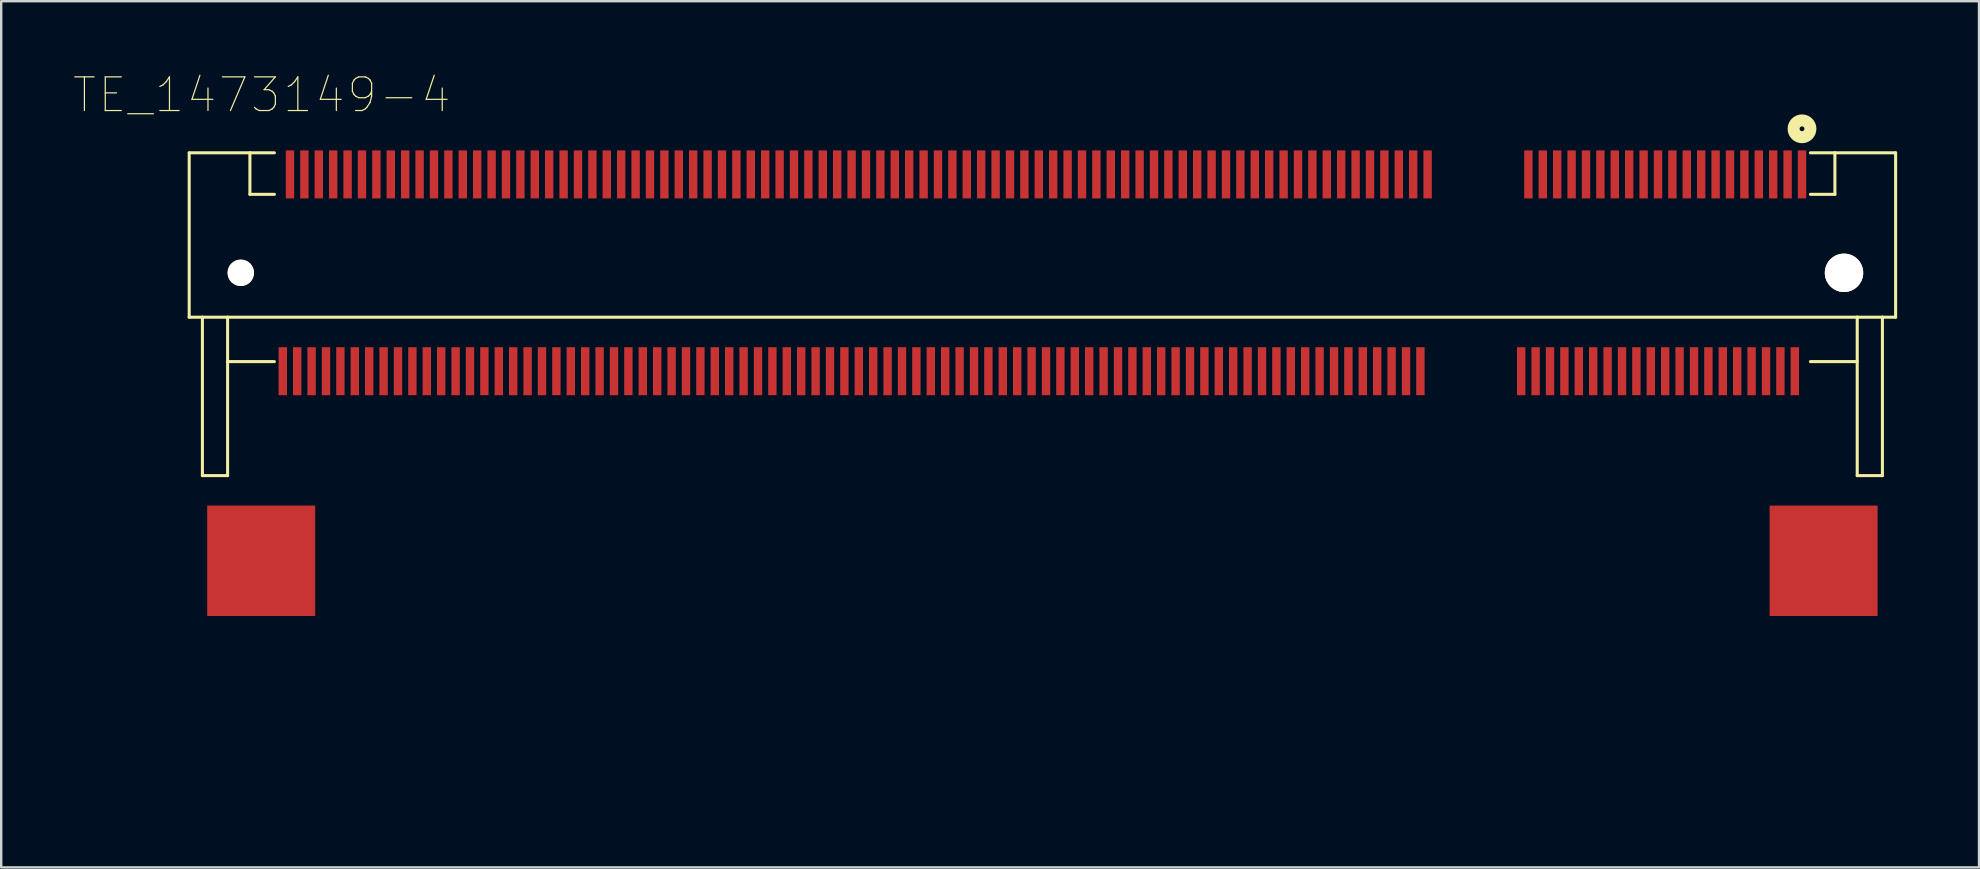
<source format=kicad_pcb>
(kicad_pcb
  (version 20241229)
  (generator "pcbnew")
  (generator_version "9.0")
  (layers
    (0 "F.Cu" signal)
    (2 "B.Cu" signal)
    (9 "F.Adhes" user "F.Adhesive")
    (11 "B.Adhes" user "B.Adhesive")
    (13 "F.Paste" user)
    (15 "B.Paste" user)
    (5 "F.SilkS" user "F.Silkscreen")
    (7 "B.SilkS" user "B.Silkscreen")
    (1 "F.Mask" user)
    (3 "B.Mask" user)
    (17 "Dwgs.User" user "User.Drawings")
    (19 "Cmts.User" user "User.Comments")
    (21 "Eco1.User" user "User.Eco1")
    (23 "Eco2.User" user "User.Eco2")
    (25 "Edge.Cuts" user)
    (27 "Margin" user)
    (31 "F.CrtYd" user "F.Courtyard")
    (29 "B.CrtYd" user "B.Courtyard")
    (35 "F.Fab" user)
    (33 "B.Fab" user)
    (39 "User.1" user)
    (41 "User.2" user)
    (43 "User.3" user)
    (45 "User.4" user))
  (footprint "TE_1473149-4"
    (layer "F.Cu")
    (at 40.383 8.317)
    (property "Reference" "TE_1473149-4" (at -32.528 -7.408 0) (layer "F.SilkS") (effects (font (size 1.404 1.404) (thickness 0.05))))
    (attr smd)
    (fp_line (start -35.55 -5) (end -35.55 1.85) (stroke (width 0.127) (type solid)) (layer "F.SilkS"))
    (fp_line (start -35.55 -5) (end -33.02 -5) (stroke (width 0.127) (type solid)) (layer "F.SilkS"))
    (fp_line (start -35.55 1.85) (end -35 1.85) (stroke (width 0.127) (type solid)) (layer "F.SilkS"))
    (fp_line (start -35 1.85) (end -35 8.45) (stroke (width 0.127) (type solid)) (layer "F.SilkS"))
    (fp_line (start -35 1.85) (end -33.95 1.85) (stroke (width 0.127) (type solid)) (layer "F.SilkS"))
    (fp_line (start -33.95 1.85) (end -33.95 3.7) (stroke (width 0.127) (type solid)) (layer "F.SilkS"))
    (fp_line (start -33.95 1.85) (end 33.95 1.85) (stroke (width 0.127) (type solid)) (layer "F.SilkS"))
    (fp_line (start -33.95 3.7) (end -33.95 8.45) (stroke (width 0.127) (type solid)) (layer "F.SilkS"))
    (fp_line (start -33.95 3.7) (end -32 3.7) (stroke (width 0.127) (type solid)) (layer "F.SilkS"))
    (fp_line (start -33.95 8.45) (end -35 8.45) (stroke (width 0.127) (type solid)) (layer "F.SilkS"))
    (fp_line (start -33.02 -5) (end -33.02 -3.27) (stroke (width 0.127) (type solid)) (layer "F.SilkS"))
    (fp_line (start -33.02 -3.27) (end -32 -3.27) (stroke (width 0.127) (type solid)) (layer "F.SilkS"))
    (fp_line (start -33 -5) (end -32 -5) (stroke (width 0.127) (type solid)) (layer "F.SilkS"))
    (fp_line (start 32 -5) (end 33 -5) (stroke (width 0.127) (type solid)) (layer "F.SilkS"))
    (fp_line (start 32 3.7) (end 33.95 3.7) (stroke (width 0.127) (type solid)) (layer "F.SilkS"))
    (fp_line (start 33.02 -5) (end 33.02 -3.27) (stroke (width 0.127) (type solid)) (layer "F.SilkS"))
    (fp_line (start 33.02 -3.27) (end 32 -3.27) (stroke (width 0.127) (type solid)) (layer "F.SilkS"))
    (fp_line (start 33.95 1.85) (end 33.95 8.45) (stroke (width 0.127) (type solid)) (layer "F.SilkS"))
    (fp_line (start 33.95 1.85) (end 35 1.85) (stroke (width 0.127) (type solid)) (layer "F.SilkS"))
    (fp_line (start 33.95 8.45) (end 35 8.45) (stroke (width 0.127) (type solid)) (layer "F.SilkS"))
    (fp_line (start 35 1.85) (end 35.55 1.85) (stroke (width 0.127) (type solid)) (layer "F.SilkS"))
    (fp_line (start 35 8.45) (end 35 1.85) (stroke (width 0.127) (type solid)) (layer "F.SilkS"))
    (fp_line (start 35.55 -5) (end 33.02 -5) (stroke (width 0.127) (type solid)) (layer "F.SilkS"))
    (fp_line (start 35.55 1.85) (end 35.55 -5) (stroke (width 0.127) (type solid)) (layer "F.SilkS"))
    (fp_circle (center 31.65 -6) (end 31.75 -6) (stroke (width 0.5) (type solid)) (fill no) (layer "F.SilkS"))
    (fp_line (start -36 -5.35) (end 36 -5.35) (stroke (width 0.05) (type solid)) (layer "Eco1.User"))
    (fp_line (start -36 21.75) (end -36 -5.35) (stroke (width 0.05) (type solid)) (layer "Eco1.User"))
    (fp_line (start -36 21.75) (end -30.05 21.75) (stroke (width 0.05) (type solid)) (layer "Eco1.User"))
    (fp_line (start -30.05 5.35) (end 30.05 5.35) (stroke (width 0.05) (type solid)) (layer "Eco1.User"))
    (fp_line (start -30.05 21.75) (end -30.05 5.35) (stroke (width 0.05) (type solid)) (layer "Eco1.User"))
    (fp_line (start 30.05 5.35) (end 30.05 21.75) (stroke (width 0.05) (type solid)) (layer "Eco1.User"))
    (fp_line (start 30.05 21.75) (end 36 21.75) (stroke (width 0.05) (type solid)) (layer "Eco1.User"))
    (fp_line (start 36 -5.35) (end 36 21.75) (stroke (width 0.05) (type solid)) (layer "Eco1.User"))
    (fp_line (start -35.75 10.4) (end -35.75 16.45) (stroke (width 0.127) (type solid)) (layer "Eco2.User"))
    (fp_line (start -35.7 16.45) (end -35.4 16.45) (stroke (width 0.127) (type solid)) (layer "Eco2.User"))
    (fp_line (start -35.55 -5) (end -35.55 1.85) (stroke (width 0.127) (type solid)) (layer "Eco2.User"))
    (fp_line (start -35.55 1.85) (end -35 1.85) (stroke (width 0.127) (type solid)) (layer "Eco2.User"))
    (fp_line (start -35.4 16) (end -35.4 10.6) (stroke (width 0.127) (type solid)) (layer "Eco2.User"))
    (fp_line (start -35.4 16.45) (end -35.4 16) (stroke (width 0.127) (type solid)) (layer "Eco2.User"))
    (fp_line (start -35.3 15.2) (end -33.6 15.2) (stroke (width 0.127) (type solid)) (layer "Eco2.User"))
    (fp_line (start -35 1.85) (end -35 8.45) (stroke (width 0.127) (type solid)) (layer "Eco2.User"))
    (fp_line (start -35 1.85) (end -33.95 1.85) (stroke (width 0.127) (type solid)) (layer "Eco2.User"))
    (fp_line (start -35 8.45) (end -35 9.9) (stroke (width 0.127) (type solid)) (layer "Eco2.User"))
    (fp_line (start -35 8.45) (end -33.95 8.45) (stroke (width 0.127) (type solid)) (layer "Eco2.User"))
    (fp_line (start -35 9.9) (end -35.75 10.4) (stroke (width 0.127) (type solid)) (layer "Eco2.User"))
    (fp_line (start -34.7 8.5) (end -34.7 10.1) (stroke (width 0.127) (type solid)) (layer "Eco2.User"))
    (fp_line (start -34.7 10.1) (end -35.4 10.6) (stroke (width 0.127) (type solid)) (layer "Eco2.User"))
    (fp_line (start -34.6 8.5) (end -34.2 16.4) (stroke (width 0.127) (type solid)) (layer "Eco2.User"))
    (fp_line (start -34.6 17.8) (end -34.6 20.75) (stroke (width 0.127) (type solid)) (layer "Eco2.User"))
    (fp_line (start -34.6 17.9) (end -34.5 16.4) (stroke (width 0.127) (type solid)) (layer "Eco2.User"))
    (fp_line (start -34.5 16.4) (end -33.2 16.6) (stroke (width 0.127) (type solid)) (layer "Eco2.User"))
    (fp_line (start -34.3 17.9) (end -34.6 17.9) (stroke (width 0.127) (type solid)) (layer "Eco2.User"))
    (fp_line (start -34.3 20.7) (end -34.3 17.9) (stroke (width 0.127) (type solid)) (layer "Eco2.User"))
    (fp_line (start -34.2 16.4) (end -33.9 16.4) (stroke (width 0.127) (type solid)) (layer "Eco2.User"))
    (fp_line (start -33.95 1.85) (end 33.95 1.85) (stroke (width 0.127) (type solid)) (layer "Eco2.User"))
    (fp_line (start -33.95 3.7) (end -33.95 1.85) (stroke (width 0.127) (type solid)) (layer "Eco2.User"))
    (fp_line (start -33.95 8.45) (end -33.95 3.7) (stroke (width 0.127) (type solid)) (layer "Eco2.User"))
    (fp_line (start -33.9 16.4) (end -34.3 8.5) (stroke (width 0.127) (type solid)) (layer "Eco2.User"))
    (fp_line (start -33.9 20.3) (end -33.9 20.1) (stroke (width 0.254) (type solid)) (layer "Eco2.User"))
    (fp_line (start -33.85 21.5) (end -33.8 21.5) (stroke (width 0.127) (type solid)) (layer "Eco2.User"))
    (fp_line (start -33.8 21.5) (end -33.707 21.5) (stroke (width 0.127) (type solid)) (layer "Eco2.User"))
    (fp_line (start -33.707 21.2) (end -33.8 21.2) (stroke (width 0.127) (type solid)) (layer "Eco2.User"))
    (fp_line (start -33.6 15.2) (end -33.6 16) (stroke (width 0.127) (type solid)) (layer "Eco2.User"))
    (fp_line (start -33.6 16) (end -35.4 16) (stroke (width 0.127) (type solid)) (layer "Eco2.User"))
    (fp_line (start -33.529 21.129) (end -33.4 21) (stroke (width 0.127) (type solid)) (layer "Eco2.User"))
    (fp_line (start -33.4 19.6) (end -33.1 19.6) (stroke (width 0.254) (type solid)) (layer "Eco2.User"))
    (fp_line (start -33.288 21.288) (end -33.2 21.2) (stroke (width 0.127) (type solid)) (layer "Eco2.User"))
    (fp_line (start -33.2 16.6) (end -33 17.9) (stroke (width 0.127) (type solid)) (layer "Eco2.User"))
    (fp_line (start -33.2 21.2) (end -33.4 21) (stroke (width 0.127) (type solid)) (layer "Eco2.User"))
    (fp_line (start -33.2 21.2) (end -33 20.8) (stroke (width 0.127) (type solid)) (layer "Eco2.User"))
    (fp_line (start -33.1 18.5) (end -34.2 18.5) (stroke (width 0.254) (type solid)) (layer "Eco2.User"))
    (fp_line (start -33.02 -5) (end -35.55 -5) (stroke (width 0.127) (type solid)) (layer "Eco2.User"))
    (fp_line (start -33.02 -3.27) (end -33.02 -5) (stroke (width 0.127) (type solid)) (layer "Eco2.User"))
    (fp_line (start -33 17.9) (end -34.3 17.9) (stroke (width 0.127) (type solid)) (layer "Eco2.User"))
    (fp_line (start -33 20.8) (end -33.4 20.8) (stroke (width 0.254) (type solid)) (layer "Eco2.User"))
    (fp_line (start -33 20.8) (end -33.4 21) (stroke (width 0.127) (type solid)) (layer "Eco2.User"))
    (fp_line (start -33 20.8) (end -33 19.9) (stroke (width 0.127) (type solid)) (layer "Eco2.User"))
    (fp_line (start -32.6 19.1) (end -32.6 19) (stroke (width 0.127) (type solid)) (layer "Eco2.User"))
    (fp_line (start 32.6 19.1) (end 32.6 19) (stroke (width 0.127) (type solid)) (layer "Eco2.User"))
    (fp_line (start 33 17.9) (end 34.3 17.9) (stroke (width 0.127) (type solid)) (layer "Eco2.User"))
    (fp_line (start 33 20.8) (end 33 19.9) (stroke (width 0.127) (type solid)) (layer "Eco2.User"))
    (fp_line (start 33 20.8) (end 33.4 20.8) (stroke (width 0.254) (type solid)) (layer "Eco2.User"))
    (fp_line (start 33 20.8) (end 33.4 21) (stroke (width 0.127) (type solid)) (layer "Eco2.User"))
    (fp_line (start 33.02 -5) (end -33.02 -5) (stroke (width 0.127) (type solid)) (layer "Eco2.User"))
    (fp_line (start 33.02 -5) (end 33.02 -3.27) (stroke (width 0.127) (type solid)) (layer "Eco2.User"))
    (fp_line (start 33.02 -3.27) (end -33.02 -3.27) (stroke (width 0.127) (type solid)) (layer "Eco2.User"))
    (fp_line (start 33.1 18.5) (end 34.2 18.5) (stroke (width 0.254) (type solid)) (layer "Eco2.User"))
    (fp_line (start 33.2 16.6) (end 33 17.9) (stroke (width 0.127) (type solid)) (layer "Eco2.User"))
    (fp_line (start 33.2 21.2) (end 33 20.8) (stroke (width 0.127) (type solid)) (layer "Eco2.User"))
    (fp_line (start 33.2 21.2) (end 33.4 21) (stroke (width 0.127) (type solid)) (layer "Eco2.User"))
    (fp_line (start 33.288 21.288) (end 33.2 21.2) (stroke (width 0.127) (type solid)) (layer "Eco2.User"))
    (fp_line (start 33.4 19.6) (end 33.1 19.6) (stroke (width 0.254) (type solid)) (layer "Eco2.User"))
    (fp_line (start 33.529 21.129) (end 33.4 21) (stroke (width 0.127) (type solid)) (layer "Eco2.User"))
    (fp_line (start 33.6 15.2) (end 33.6 16) (stroke (width 0.127) (type solid)) (layer "Eco2.User"))
    (fp_line (start 33.6 16) (end 35.4 16) (stroke (width 0.127) (type solid)) (layer "Eco2.User"))
    (fp_line (start 33.707 21.2) (end 33.8 21.2) (stroke (width 0.127) (type solid)) (layer "Eco2.User"))
    (fp_line (start 33.8 21.5) (end 33.707 21.5) (stroke (width 0.127) (type solid)) (layer "Eco2.User"))
    (fp_line (start 33.85 21.5) (end 33.8 21.5) (stroke (width 0.127) (type solid)) (layer "Eco2.User"))
    (fp_line (start 33.9 16.4) (end 34.3 8.5) (stroke (width 0.127) (type solid)) (layer "Eco2.User"))
    (fp_line (start 33.9 20.3) (end 33.9 20.1) (stroke (width 0.254) (type solid)) (layer "Eco2.User"))
    (fp_line (start 33.95 1.85) (end 33.95 3.7) (stroke (width 0.127) (type solid)) (layer "Eco2.User"))
    (fp_line (start 33.95 1.85) (end 35.55 1.85) (stroke (width 0.127) (type solid)) (layer "Eco2.User"))
    (fp_line (start 33.95 3.7) (end -33.95 3.7) (stroke (width 0.127) (type solid)) (layer "Eco2.User"))
    (fp_line (start 33.95 8.45) (end 33.95 3.7) (stroke (width 0.127) (type solid)) (layer "Eco2.User"))
    (fp_line (start 34.2 16.4) (end 33.9 16.4) (stroke (width 0.127) (type solid)) (layer "Eco2.User"))
    (fp_line (start 34.3 17.9) (end 34.6 17.9) (stroke (width 0.127) (type solid)) (layer "Eco2.User"))
    (fp_line (start 34.3 20.7) (end 34.3 17.9) (stroke (width 0.127) (type solid)) (layer "Eco2.User"))
    (fp_line (start 34.5 16.4) (end 33.2 16.6) (stroke (width 0.127) (type solid)) (layer "Eco2.User"))
    (fp_line (start 34.6 8.5) (end 34.2 16.4) (stroke (width 0.127) (type solid)) (layer "Eco2.User"))
    (fp_line (start 34.6 17.8) (end 34.6 20.75) (stroke (width 0.127) (type solid)) (layer "Eco2.User"))
    (fp_line (start 34.6 17.9) (end 34.5 16.4) (stroke (width 0.127) (type solid)) (layer "Eco2.User"))
    (fp_line (start 34.7 8.5) (end 34.7 10.1) (stroke (width 0.127) (type solid)) (layer "Eco2.User"))
    (fp_line (start 34.7 10.1) (end 35.4 10.6) (stroke (width 0.127) (type solid)) (layer "Eco2.User"))
    (fp_line (start 35 1.85) (end 35 8.45) (stroke (width 0.127) (type solid)) (layer "Eco2.User"))
    (fp_line (start 35 8.45) (end 33.95 8.45) (stroke (width 0.127) (type solid)) (layer "Eco2.User"))
    (fp_line (start 35 8.45) (end 35 9.9) (stroke (width 0.127) (type solid)) (layer "Eco2.User"))
    (fp_line (start 35 9.9) (end 35.75 10.4) (stroke (width 0.127) (type solid)) (layer "Eco2.User"))
    (fp_line (start 35.3 15.2) (end 33.6 15.2) (stroke (width 0.127) (type solid)) (layer "Eco2.User"))
    (fp_line (start 35.4 16) (end 35.4 10.6) (stroke (width 0.127) (type solid)) (layer "Eco2.User"))
    (fp_line (start 35.4 16.45) (end 35.4 16) (stroke (width 0.127) (type solid)) (layer "Eco2.User"))
    (fp_line (start 35.55 -5) (end 33.02 -5) (stroke (width 0.127) (type solid)) (layer "Eco2.User"))
    (fp_line (start 35.55 1.85) (end 35.55 -5) (stroke (width 0.127) (type solid)) (layer "Eco2.User"))
    (fp_line (start 35.7 16.45) (end 35.4 16.45) (stroke (width 0.127) (type solid)) (layer "Eco2.User"))
    (fp_line (start 35.75 10.4) (end 35.75 16.45) (stroke (width 0.127) (type solid)) (layer "Eco2.User"))
    (fp_arc (start -34.5 18.4) (mid -33.43934 18.83934) (end -33 19.9) (stroke (width 0.127) (type solid)) (layer "Eco2.User"))
    (fp_arc (start -33.9 20.1) (mid -33.753553 19.746447) (end -33.4 19.6) (stroke (width 0.254) (type solid)) (layer "Eco2.User"))
    (fp_arc (start -33.85 21.5) (mid -34.38033 21.28033) (end -34.6 20.75) (stroke (width 0.127) (type solid)) (layer "Eco2.User"))
    (fp_arc (start -33.8 21.2) (mid -34.153553 21.053553) (end -34.3 20.7) (stroke (width 0.127) (type solid)) (layer "Eco2.User"))
    (fp_arc (start -33.5293 21.1293) (mid -33.607423 21.18155) (end -33.699579 21.200006) (stroke (width 0.127) (type solid)) (layer "Eco2.User"))
    (fp_arc (start -33.4 20.8) (mid -33.753553 20.653553) (end -33.9 20.3) (stroke (width 0.254) (type solid)) (layer "Eco2.User"))
    (fp_arc (start -33.2879 21.2879) (mid -33.52227 21.444649) (end -33.798736 21.500018) (stroke (width 0.127) (type solid)) (layer "Eco2.User"))
    (fp_arc (start -33.1 18.5) (mid -32.746447 18.646447) (end -32.6 19) (stroke (width 0.254) (type solid)) (layer "Eco2.User"))
    (fp_arc (start -32.6 19.1) (mid -32.746447 19.453553) (end -33.1 19.6) (stroke (width 0.254) (type solid)) (layer "Eco2.User"))
    (fp_arc (start 32.6 19) (mid 32.746447 18.646447) (end 33.1 18.5) (stroke (width 0.254) (type solid)) (layer "Eco2.User"))
    (fp_arc (start 33 19.9) (mid 33.43934 18.83934) (end 34.5 18.4) (stroke (width 0.127) (type solid)) (layer "Eco2.User"))
    (fp_arc (start 33.1 19.6) (mid 32.746447 19.453553) (end 32.6 19.1) (stroke (width 0.254) (type solid)) (layer "Eco2.User"))
    (fp_arc (start 33.4 19.6) (mid 33.753553 19.746447) (end 33.9 20.1) (stroke (width 0.254) (type solid)) (layer "Eco2.User"))
    (fp_arc (start 33.699579 21.200006) (mid 33.607423 21.18155) (end 33.5293 21.1293) (stroke (width 0.127) (type solid)) (layer "Eco2.User"))
    (fp_arc (start 33.798736 21.500018) (mid 33.52227 21.444649) (end 33.2879 21.2879) (stroke (width 0.127) (type solid)) (layer "Eco2.User"))
    (fp_arc (start 33.9 20.3) (mid 33.753553 20.653553) (end 33.4 20.8) (stroke (width 0.254) (type solid)) (layer "Eco2.User"))
    (fp_arc (start 34.3 20.7) (mid 34.153553 21.053553) (end 33.8 21.2) (stroke (width 0.127) (type solid)) (layer "Eco2.User"))
    (fp_arc (start 34.6 20.75) (mid 34.38033 21.28033) (end 33.85 21.5) (stroke (width 0.127) (type solid)) (layer "Eco2.User"))
    (fp_circle (center 32.285 -4.095) (end 32.385 -4.095) (stroke (width 0.5) (type solid)) (fill no) (layer "Eco2.User"))
    (pad "" np_thru_hole circle (at -33.4 0) (size 1.1 1.1) (drill 1.1) (layers "*.Cu" "*.Mask" "F.SilkS"))
    (pad "" np_thru_hole circle (at 33.4 0) (size 1.6 1.6) (drill 1.6) (layers "*.Cu" "*.Mask" "F.SilkS"))
    (pad "1" smd rect (at 31.65 -4.1 90) (size 2 0.35) (layers "F.Cu" "F.Mask" "F.Paste"))
    (pad "2" smd rect (at 31.35 4.1 90) (size 2 0.35) (layers "F.Cu" "F.Mask" "F.Paste"))
    (pad "3" smd rect (at 31.05 -4.1 90) (size 2 0.35) (layers "F.Cu" "F.Mask" "F.Paste"))
    (pad "4" smd rect (at 30.75 4.1 90) (size 2 0.35) (layers "F.Cu" "F.Mask" "F.Paste"))
    (pad "5" smd rect (at 30.45 -4.1 90) (size 2 0.35) (layers "F.Cu" "F.Mask" "F.Paste"))
    (pad "6" smd rect (at 30.15 4.1 90) (size 2 0.35) (layers "F.Cu" "F.Mask" "F.Paste"))
    (pad "7" smd rect (at 29.85 -4.1 90) (size 2 0.35) (layers "F.Cu" "F.Mask" "F.Paste"))
    (pad "8" smd rect (at 29.55 4.1 90) (size 2 0.35) (layers "F.Cu" "F.Mask" "F.Paste"))
    (pad "9" smd rect (at 29.25 -4.1 90) (size 2 0.35) (layers "F.Cu" "F.Mask" "F.Paste"))
    (pad "10" smd rect (at 28.95 4.1 90) (size 2 0.35) (layers "F.Cu" "F.Mask" "F.Paste"))
    (pad "11" smd rect (at 28.65 -4.1 90) (size 2 0.35) (layers "F.Cu" "F.Mask" "F.Paste"))
    (pad "12" smd rect (at 28.35 4.1 90) (size 2 0.35) (layers "F.Cu" "F.Mask" "F.Paste"))
    (pad "13" smd rect (at 28.05 -4.1 90) (size 2 0.35) (layers "F.Cu" "F.Mask" "F.Paste"))
    (pad "14" smd rect (at 27.75 4.1 90) (size 2 0.35) (layers "F.Cu" "F.Mask" "F.Paste"))
    (pad "15" smd rect (at 27.45 -4.1 90) (size 2 0.35) (layers "F.Cu" "F.Mask" "F.Paste"))
    (pad "16" smd rect (at 27.15 4.1 90) (size 2 0.35) (layers "F.Cu" "F.Mask" "F.Paste"))
    (pad "17" smd rect (at 26.85 -4.1 90) (size 2 0.35) (layers "F.Cu" "F.Mask" "F.Paste"))
    (pad "18" smd rect (at 26.55 4.1 90) (size 2 0.35) (layers "F.Cu" "F.Mask" "F.Paste"))
    (pad "19" smd rect (at 26.25 -4.1 90) (size 2 0.35) (layers "F.Cu" "F.Mask" "F.Paste"))
    (pad "20" smd rect (at 25.95 4.1 90) (size 2 0.35) (layers "F.Cu" "F.Mask" "F.Paste"))
    (pad "21" smd rect (at 25.65 -4.1 90) (size 2 0.35) (layers "F.Cu" "F.Mask" "F.Paste"))
    (pad "22" smd rect (at 25.35 4.1 90) (size 2 0.35) (layers "F.Cu" "F.Mask" "F.Paste"))
    (pad "23" smd rect (at 25.05 -4.1 90) (size 2 0.35) (layers "F.Cu" "F.Mask" "F.Paste"))
    (pad "24" smd rect (at 24.75 4.1 90) (size 2 0.35) (layers "F.Cu" "F.Mask" "F.Paste"))
    (pad "25" smd rect (at 24.45 -4.1 90) (size 2 0.35) (layers "F.Cu" "F.Mask" "F.Paste"))
    (pad "26" smd rect (at 24.15 4.1 90) (size 2 0.35) (layers "F.Cu" "F.Mask" "F.Paste"))
    (pad "27" smd rect (at 23.85 -4.1 90) (size 2 0.35) (layers "F.Cu" "F.Mask" "F.Paste"))
    (pad "28" smd rect (at 23.55 4.1 90) (size 2 0.35) (layers "F.Cu" "F.Mask" "F.Paste"))
    (pad "29" smd rect (at 23.25 -4.1 90) (size 2 0.35) (layers "F.Cu" "F.Mask" "F.Paste"))
    (pad "30" smd rect (at 22.95 4.1 90) (size 2 0.35) (layers "F.Cu" "F.Mask" "F.Paste"))
    (pad "31" smd rect (at 22.65 -4.1 90) (size 2 0.35) (layers "F.Cu" "F.Mask" "F.Paste"))
    (pad "32" smd rect (at 22.35 4.1 90) (size 2 0.35) (layers "F.Cu" "F.Mask" "F.Paste"))
    (pad "33" smd rect (at 22.05 -4.1 90) (size 2 0.35) (layers "F.Cu" "F.Mask" "F.Paste"))
    (pad "34" smd rect (at 21.75 4.1 90) (size 2 0.35) (layers "F.Cu" "F.Mask" "F.Paste"))
    (pad "35" smd rect (at 21.45 -4.1 90) (size 2 0.35) (layers "F.Cu" "F.Mask" "F.Paste"))
    (pad "36" smd rect (at 21.15 4.1 90) (size 2 0.35) (layers "F.Cu" "F.Mask" "F.Paste"))
    (pad "37" smd rect (at 20.85 -4.1 90) (size 2 0.35) (layers "F.Cu" "F.Mask" "F.Paste"))
    (pad "38" smd rect (at 20.55 4.1 90) (size 2 0.35) (layers "F.Cu" "F.Mask" "F.Paste"))
    (pad "39" smd rect (at 20.25 -4.1 90) (size 2 0.35) (layers "F.Cu" "F.Mask" "F.Paste"))
    (pad "40" smd rect (at 19.95 4.1 90) (size 2 0.35) (layers "F.Cu" "F.Mask" "F.Paste"))
    (pad "41" smd rect (at 16.05 -4.1 90) (size 2 0.35) (layers "F.Cu" "F.Mask" "F.Paste"))
    (pad "42" smd rect (at 15.75 4.1 90) (size 2 0.35) (layers "F.Cu" "F.Mask" "F.Paste"))
    (pad "43" smd rect (at 15.45 -4.1 90) (size 2 0.35) (layers "F.Cu" "F.Mask" "F.Paste"))
    (pad "44" smd rect (at 15.15 4.1 90) (size 2 0.35) (layers "F.Cu" "F.Mask" "F.Paste"))
    (pad "45" smd rect (at 14.85 -4.1 90) (size 2 0.35) (layers "F.Cu" "F.Mask" "F.Paste"))
    (pad "46" smd rect (at 14.55 4.1 90) (size 2 0.35) (layers "F.Cu" "F.Mask" "F.Paste"))
    (pad "47" smd rect (at 14.25 -4.1 90) (size 2 0.35) (layers "F.Cu" "F.Mask" "F.Paste"))
    (pad "48" smd rect (at 13.95 4.1 90) (size 2 0.35) (layers "F.Cu" "F.Mask" "F.Paste"))
    (pad "49" smd rect (at 13.65 -4.1 90) (size 2 0.35) (layers "F.Cu" "F.Mask" "F.Paste"))
    (pad "50" smd rect (at 13.35 4.1 90) (size 2 0.35) (layers "F.Cu" "F.Mask" "F.Paste"))
    (pad "51" smd rect (at 13.05 -4.1 90) (size 2 0.35) (layers "F.Cu" "F.Mask" "F.Paste"))
    (pad "52" smd rect (at 12.75 4.1 90) (size 2 0.35) (layers "F.Cu" "F.Mask" "F.Paste"))
    (pad "53" smd rect (at 12.45 -4.1 90) (size 2 0.35) (layers "F.Cu" "F.Mask" "F.Paste"))
    (pad "54" smd rect (at 12.15 4.1 90) (size 2 0.35) (layers "F.Cu" "F.Mask" "F.Paste"))
    (pad "55" smd rect (at 11.85 -4.1 90) (size 2 0.35) (layers "F.Cu" "F.Mask" "F.Paste"))
    (pad "56" smd rect (at 11.55 4.1 90) (size 2 0.35) (layers "F.Cu" "F.Mask" "F.Paste"))
    (pad "57" smd rect (at 11.25 -4.1 90) (size 2 0.35) (layers "F.Cu" "F.Mask" "F.Paste"))
    (pad "58" smd rect (at 10.95 4.1 90) (size 2 0.35) (layers "F.Cu" "F.Mask" "F.Paste"))
    (pad "59" smd rect (at 10.65 -4.1 90) (size 2 0.35) (layers "F.Cu" "F.Mask" "F.Paste"))
    (pad "60" smd rect (at 10.35 4.1 90) (size 2 0.35) (layers "F.Cu" "F.Mask" "F.Paste"))
    (pad "61" smd rect (at 10.05 -4.1 90) (size 2 0.35) (layers "F.Cu" "F.Mask" "F.Paste"))
    (pad "62" smd rect (at 9.75 4.1 90) (size 2 0.35) (layers "F.Cu" "F.Mask" "F.Paste"))
    (pad "63" smd rect (at 9.45 -4.1 90) (size 2 0.35) (layers "F.Cu" "F.Mask" "F.Paste"))
    (pad "64" smd rect (at 9.15 4.1 90) (size 2 0.35) (layers "F.Cu" "F.Mask" "F.Paste"))
    (pad "65" smd rect (at 8.85 -4.1 90) (size 2 0.35) (layers "F.Cu" "F.Mask" "F.Paste"))
    (pad "66" smd rect (at 8.55 4.1 90) (size 2 0.35) (layers "F.Cu" "F.Mask" "F.Paste"))
    (pad "67" smd rect (at 8.25 -4.1 90) (size 2 0.35) (layers "F.Cu" "F.Mask" "F.Paste"))
    (pad "68" smd rect (at 7.95 4.1 90) (size 2 0.35) (layers "F.Cu" "F.Mask" "F.Paste"))
    (pad "69" smd rect (at 7.65 -4.1 90) (size 2 0.35) (layers "F.Cu" "F.Mask" "F.Paste"))
    (pad "70" smd rect (at 7.35 4.1 90) (size 2 0.35) (layers "F.Cu" "F.Mask" "F.Paste"))
    (pad "71" smd rect (at 7.05 -4.1 90) (size 2 0.35) (layers "F.Cu" "F.Mask" "F.Paste"))
    (pad "72" smd rect (at 6.75 4.1 90) (size 2 0.35) (layers "F.Cu" "F.Mask" "F.Paste"))
    (pad "73" smd rect (at 6.45 -4.1 90) (size 2 0.35) (layers "F.Cu" "F.Mask" "F.Paste"))
    (pad "74" smd rect (at 6.15 4.1 90) (size 2 0.35) (layers "F.Cu" "F.Mask" "F.Paste"))
    (pad "75" smd rect (at 5.85 -4.1 90) (size 2 0.35) (layers "F.Cu" "F.Mask" "F.Paste"))
    (pad "76" smd rect (at 5.55 4.1 90) (size 2 0.35) (layers "F.Cu" "F.Mask" "F.Paste"))
    (pad "77" smd rect (at 5.25 -4.1 90) (size 2 0.35) (layers "F.Cu" "F.Mask" "F.Paste"))
    (pad "78" smd rect (at 4.95 4.1 90) (size 2 0.35) (layers "F.Cu" "F.Mask" "F.Paste"))
    (pad "79" smd rect (at 4.65 -4.1 90) (size 2 0.35) (layers "F.Cu" "F.Mask" "F.Paste"))
    (pad "80" smd rect (at 4.35 4.1 90) (size 2 0.35) (layers "F.Cu" "F.Mask" "F.Paste"))
    (pad "81" smd rect (at 4.05 -4.1 90) (size 2 0.35) (layers "F.Cu" "F.Mask" "F.Paste"))
    (pad "82" smd rect (at 3.75 4.1 90) (size 2 0.35) (layers "F.Cu" "F.Mask" "F.Paste"))
    (pad "83" smd rect (at 3.45 -4.1 90) (size 2 0.35) (layers "F.Cu" "F.Mask" "F.Paste"))
    (pad "84" smd rect (at 3.15 4.1 90) (size 2 0.35) (layers "F.Cu" "F.Mask" "F.Paste"))
    (pad "85" smd rect (at 2.85 -4.1 90) (size 2 0.35) (layers "F.Cu" "F.Mask" "F.Paste"))
    (pad "86" smd rect (at 2.55 4.1 90) (size 2 0.35) (layers "F.Cu" "F.Mask" "F.Paste"))
    (pad "87" smd rect (at 2.25 -4.1 90) (size 2 0.35) (layers "F.Cu" "F.Mask" "F.Paste"))
    (pad "88" smd rect (at 1.95 4.1 90) (size 2 0.35) (layers "F.Cu" "F.Mask" "F.Paste"))
    (pad "89" smd rect (at 1.65 -4.1 90) (size 2 0.35) (layers "F.Cu" "F.Mask" "F.Paste"))
    (pad "90" smd rect (at 1.35 4.1 90) (size 2 0.35) (layers "F.Cu" "F.Mask" "F.Paste"))
    (pad "91" smd rect (at 1.05 -4.1 90) (size 2 0.35) (layers "F.Cu" "F.Mask" "F.Paste"))
    (pad "92" smd rect (at 0.75 4.1 90) (size 2 0.35) (layers "F.Cu" "F.Mask" "F.Paste"))
    (pad "93" smd rect (at 0.45 -4.1 90) (size 2 0.35) (layers "F.Cu" "F.Mask" "F.Paste"))
    (pad "94" smd rect (at 0.15 4.1 90) (size 2 0.35) (layers "F.Cu" "F.Mask" "F.Paste"))
    (pad "95" smd rect (at -0.15 -4.1 90) (size 2 0.35) (layers "F.Cu" "F.Mask" "F.Paste"))
    (pad "96" smd rect (at -0.45 4.1 90) (size 2 0.35) (layers "F.Cu" "F.Mask" "F.Paste"))
    (pad "97" smd rect (at -0.75 -4.1 90) (size 2 0.35) (layers "F.Cu" "F.Mask" "F.Paste"))
    (pad "98" smd rect (at -1.05 4.1 90) (size 2 0.35) (layers "F.Cu" "F.Mask" "F.Paste"))
    (pad "99" smd rect (at -1.35 -4.1 90) (size 2 0.35) (layers "F.Cu" "F.Mask" "F.Paste"))
    (pad "100" smd rect (at -1.65 4.1 90) (size 2 0.35) (layers "F.Cu" "F.Mask" "F.Paste"))
    (pad "101" smd rect (at -1.95 -4.1 90) (size 2 0.35) (layers "F.Cu" "F.Mask" "F.Paste"))
    (pad "102" smd rect (at -2.25 4.1 90) (size 2 0.35) (layers "F.Cu" "F.Mask" "F.Paste"))
    (pad "103" smd rect (at -2.55 -4.1 90) (size 2 0.35) (layers "F.Cu" "F.Mask" "F.Paste"))
    (pad "104" smd rect (at -2.85 4.1 90) (size 2 0.35) (layers "F.Cu" "F.Mask" "F.Paste"))
    (pad "105" smd rect (at -3.15 -4.1 90) (size 2 0.35) (layers "F.Cu" "F.Mask" "F.Paste"))
    (pad "106" smd rect (at -3.45 4.1 90) (size 2 0.35) (layers "F.Cu" "F.Mask" "F.Paste"))
    (pad "107" smd rect (at -3.75 -4.1 90) (size 2 0.35) (layers "F.Cu" "F.Mask" "F.Paste"))
    (pad "108" smd rect (at -4.05 4.1 90) (size 2 0.35) (layers "F.Cu" "F.Mask" "F.Paste"))
    (pad "109" smd rect (at -4.35 -4.1 90) (size 2 0.35) (layers "F.Cu" "F.Mask" "F.Paste"))
    (pad "110" smd rect (at -4.65 4.1 90) (size 2 0.35) (layers "F.Cu" "F.Mask" "F.Paste"))
    (pad "111" smd rect (at -4.95 -4.1 90) (size 2 0.35) (layers "F.Cu" "F.Mask" "F.Paste"))
    (pad "112" smd rect (at -5.25 4.1 90) (size 2 0.35) (layers "F.Cu" "F.Mask" "F.Paste"))
    (pad "113" smd rect (at -5.55 -4.1 90) (size 2 0.35) (layers "F.Cu" "F.Mask" "F.Paste"))
    (pad "114" smd rect (at -5.85 4.1 90) (size 2 0.35) (layers "F.Cu" "F.Mask" "F.Paste"))
    (pad "115" smd rect (at -6.15 -4.1 90) (size 2 0.35) (layers "F.Cu" "F.Mask" "F.Paste"))
    (pad "116" smd rect (at -6.45 4.1 90) (size 2 0.35) (layers "F.Cu" "F.Mask" "F.Paste"))
    (pad "117" smd rect (at -6.75 -4.1 90) (size 2 0.35) (layers "F.Cu" "F.Mask" "F.Paste"))
    (pad "118" smd rect (at -7.05 4.1 90) (size 2 0.35) (layers "F.Cu" "F.Mask" "F.Paste"))
    (pad "119" smd rect (at -7.35 -4.1 90) (size 2 0.35) (layers "F.Cu" "F.Mask" "F.Paste"))
    (pad "120" smd rect (at -7.65 4.1 90) (size 2 0.35) (layers "F.Cu" "F.Mask" "F.Paste"))
    (pad "121" smd rect (at -7.95 -4.1 90) (size 2 0.35) (layers "F.Cu" "F.Mask" "F.Paste"))
    (pad "122" smd rect (at -8.25 4.1 90) (size 2 0.35) (layers "F.Cu" "F.Mask" "F.Paste"))
    (pad "123" smd rect (at -8.55 -4.1 90) (size 2 0.35) (layers "F.Cu" "F.Mask" "F.Paste"))
    (pad "124" smd rect (at -8.85 4.1 90) (size 2 0.35) (layers "F.Cu" "F.Mask" "F.Paste"))
    (pad "125" smd rect (at -9.15 -4.1 90) (size 2 0.35) (layers "F.Cu" "F.Mask" "F.Paste"))
    (pad "126" smd rect (at -9.45 4.1 90) (size 2 0.35) (layers "F.Cu" "F.Mask" "F.Paste"))
    (pad "127" smd rect (at -9.75 -4.1 90) (size 2 0.35) (layers "F.Cu" "F.Mask" "F.Paste"))
    (pad "128" smd rect (at -10.05 4.1 90) (size 2 0.35) (layers "F.Cu" "F.Mask" "F.Paste"))
    (pad "129" smd rect (at -10.35 -4.1 90) (size 2 0.35) (layers "F.Cu" "F.Mask" "F.Paste"))
    (pad "130" smd rect (at -10.65 4.1 90) (size 2 0.35) (layers "F.Cu" "F.Mask" "F.Paste"))
    (pad "131" smd rect (at -10.95 -4.1 90) (size 2 0.35) (layers "F.Cu" "F.Mask" "F.Paste"))
    (pad "132" smd rect (at -11.25 4.1 90) (size 2 0.35) (layers "F.Cu" "F.Mask" "F.Paste"))
    (pad "133" smd rect (at -11.55 -4.1 90) (size 2 0.35) (layers "F.Cu" "F.Mask" "F.Paste"))
    (pad "134" smd rect (at -11.85 4.1 90) (size 2 0.35) (layers "F.Cu" "F.Mask" "F.Paste"))
    (pad "135" smd rect (at -12.15 -4.1 90) (size 2 0.35) (layers "F.Cu" "F.Mask" "F.Paste"))
    (pad "136" smd rect (at -12.45 4.1 90) (size 2 0.35) (layers "F.Cu" "F.Mask" "F.Paste"))
    (pad "137" smd rect (at -12.75 -4.1 90) (size 2 0.35) (layers "F.Cu" "F.Mask" "F.Paste"))
    (pad "138" smd rect (at -13.05 4.1 90) (size 2 0.35) (layers "F.Cu" "F.Mask" "F.Paste"))
    (pad "139" smd rect (at -13.35 -4.1 90) (size 2 0.35) (layers "F.Cu" "F.Mask" "F.Paste"))
    (pad "140" smd rect (at -13.65 4.1 90) (size 2 0.35) (layers "F.Cu" "F.Mask" "F.Paste"))
    (pad "141" smd rect (at -13.95 -4.1 90) (size 2 0.35) (layers "F.Cu" "F.Mask" "F.Paste"))
    (pad "142" smd rect (at -14.25 4.1 90) (size 2 0.35) (layers "F.Cu" "F.Mask" "F.Paste"))
    (pad "143" smd rect (at -14.55 -4.1 90) (size 2 0.35) (layers "F.Cu" "F.Mask" "F.Paste"))
    (pad "144" smd rect (at -14.85 4.1 90) (size 2 0.35) (layers "F.Cu" "F.Mask" "F.Paste"))
    (pad "145" smd rect (at -15.15 -4.1 90) (size 2 0.35) (layers "F.Cu" "F.Mask" "F.Paste"))
    (pad "146" smd rect (at -15.45 4.1 90) (size 2 0.35) (layers "F.Cu" "F.Mask" "F.Paste"))
    (pad "147" smd rect (at -15.75 -4.1 90) (size 2 0.35) (layers "F.Cu" "F.Mask" "F.Paste"))
    (pad "148" smd rect (at -16.05 4.1 90) (size 2 0.35) (layers "F.Cu" "F.Mask" "F.Paste"))
    (pad "149" smd rect (at -16.35 -4.1 90) (size 2 0.35) (layers "F.Cu" "F.Mask" "F.Paste"))
    (pad "150" smd rect (at -16.65 4.1 90) (size 2 0.35) (layers "F.Cu" "F.Mask" "F.Paste"))
    (pad "151" smd rect (at -16.95 -4.1 90) (size 2 0.35) (layers "F.Cu" "F.Mask" "F.Paste"))
    (pad "152" smd rect (at -17.25 4.1 90) (size 2 0.35) (layers "F.Cu" "F.Mask" "F.Paste"))
    (pad "153" smd rect (at -17.55 -4.1 90) (size 2 0.35) (layers "F.Cu" "F.Mask" "F.Paste"))
    (pad "154" smd rect (at -17.85 4.1 90) (size 2 0.35) (layers "F.Cu" "F.Mask" "F.Paste"))
    (pad "155" smd rect (at -18.15 -4.1 90) (size 2 0.35) (layers "F.Cu" "F.Mask" "F.Paste"))
    (pad "156" smd rect (at -18.45 4.1 90) (size 2 0.35) (layers "F.Cu" "F.Mask" "F.Paste"))
    (pad "157" smd rect (at -18.75 -4.1 90) (size 2 0.35) (layers "F.Cu" "F.Mask" "F.Paste"))
    (pad "158" smd rect (at -19.05 4.1 90) (size 2 0.35) (layers "F.Cu" "F.Mask" "F.Paste"))
    (pad "159" smd rect (at -19.35 -4.1 90) (size 2 0.35) (layers "F.Cu" "F.Mask" "F.Paste"))
    (pad "160" smd rect (at -19.65 4.1 90) (size 2 0.35) (layers "F.Cu" "F.Mask" "F.Paste"))
    (pad "161" smd rect (at -19.95 -4.1 90) (size 2 0.35) (layers "F.Cu" "F.Mask" "F.Paste"))
    (pad "162" smd rect (at -20.25 4.1 90) (size 2 0.35) (layers "F.Cu" "F.Mask" "F.Paste"))
    (pad "163" smd rect (at -20.55 -4.1 90) (size 2 0.35) (layers "F.Cu" "F.Mask" "F.Paste"))
    (pad "164" smd rect (at -20.85 4.1 90) (size 2 0.35) (layers "F.Cu" "F.Mask" "F.Paste"))
    (pad "165" smd rect (at -21.15 -4.1 90) (size 2 0.35) (layers "F.Cu" "F.Mask" "F.Paste"))
    (pad "166" smd rect (at -21.45 4.1 90) (size 2 0.35) (layers "F.Cu" "F.Mask" "F.Paste"))
    (pad "167" smd rect (at -21.75 -4.1 90) (size 2 0.35) (layers "F.Cu" "F.Mask" "F.Paste"))
    (pad "168" smd rect (at -22.05 4.1 90) (size 2 0.35) (layers "F.Cu" "F.Mask" "F.Paste"))
    (pad "169" smd rect (at -22.35 -4.1 90) (size 2 0.35) (layers "F.Cu" "F.Mask" "F.Paste"))
    (pad "170" smd rect (at -22.65 4.1 90) (size 2 0.35) (layers "F.Cu" "F.Mask" "F.Paste"))
    (pad "171" smd rect (at -22.95 -4.1 90) (size 2 0.35) (layers "F.Cu" "F.Mask" "F.Paste"))
    (pad "172" smd rect (at -23.25 4.1 90) (size 2 0.35) (layers "F.Cu" "F.Mask" "F.Paste"))
    (pad "173" smd rect (at -23.55 -4.1 90) (size 2 0.35) (layers "F.Cu" "F.Mask" "F.Paste"))
    (pad "174" smd rect (at -23.85 4.1 90) (size 2 0.35) (layers "F.Cu" "F.Mask" "F.Paste"))
    (pad "175" smd rect (at -24.15 -4.1 90) (size 2 0.35) (layers "F.Cu" "F.Mask" "F.Paste"))
    (pad "176" smd rect (at -24.45 4.1 90) (size 2 0.35) (layers "F.Cu" "F.Mask" "F.Paste"))
    (pad "177" smd rect (at -24.75 -4.1 90) (size 2 0.35) (layers "F.Cu" "F.Mask" "F.Paste"))
    (pad "178" smd rect (at -25.05 4.1 90) (size 2 0.35) (layers "F.Cu" "F.Mask" "F.Paste"))
    (pad "179" smd rect (at -25.35 -4.1 90) (size 2 0.35) (layers "F.Cu" "F.Mask" "F.Paste"))
    (pad "180" smd rect (at -25.65 4.1 90) (size 2 0.35) (layers "F.Cu" "F.Mask" "F.Paste"))
    (pad "181" smd rect (at -25.95 -4.1 90) (size 2 0.35) (layers "F.Cu" "F.Mask" "F.Paste"))
    (pad "182" smd rect (at -26.25 4.1 90) (size 2 0.35) (layers "F.Cu" "F.Mask" "F.Paste"))
    (pad "183" smd rect (at -26.55 -4.1 90) (size 2 0.35) (layers "F.Cu" "F.Mask" "F.Paste"))
    (pad "184" smd rect (at -26.85 4.1 90) (size 2 0.35) (layers "F.Cu" "F.Mask" "F.Paste"))
    (pad "185" smd rect (at -27.15 -4.1 90) (size 2 0.35) (layers "F.Cu" "F.Mask" "F.Paste"))
    (pad "186" smd rect (at -27.45 4.1 90) (size 2 0.35) (layers "F.Cu" "F.Mask" "F.Paste"))
    (pad "187" smd rect (at -27.75 -4.1 90) (size 2 0.35) (layers "F.Cu" "F.Mask" "F.Paste"))
    (pad "188" smd rect (at -28.05 4.1 90) (size 2 0.35) (layers "F.Cu" "F.Mask" "F.Paste"))
    (pad "189" smd rect (at -28.35 -4.1 90) (size 2 0.35) (layers "F.Cu" "F.Mask" "F.Paste"))
    (pad "190" smd rect (at -28.65 4.1 90) (size 2 0.35) (layers "F.Cu" "F.Mask" "F.Paste"))
    (pad "191" smd rect (at -28.95 -4.1 90) (size 2 0.35) (layers "F.Cu" "F.Mask" "F.Paste"))
    (pad "192" smd rect (at -29.25 4.1 90) (size 2 0.35) (layers "F.Cu" "F.Mask" "F.Paste"))
    (pad "193" smd rect (at -29.55 -4.1 90) (size 2 0.35) (layers "F.Cu" "F.Mask" "F.Paste"))
    (pad "194" smd rect (at -29.85 4.1 90) (size 2 0.35) (layers "F.Cu" "F.Mask" "F.Paste"))
    (pad "195" smd rect (at -30.15 -4.1 90) (size 2 0.35) (layers "F.Cu" "F.Mask" "F.Paste"))
    (pad "196" smd rect (at -30.45 4.1 90) (size 2 0.35) (layers "F.Cu" "F.Mask" "F.Paste"))
    (pad "197" smd rect (at -30.75 -4.1 90) (size 2 0.35) (layers "F.Cu" "F.Mask" "F.Paste"))
    (pad "198" smd rect (at -31.05 4.1 90) (size 2 0.35) (layers "F.Cu" "F.Mask" "F.Paste"))
    (pad "199" smd rect (at -31.35 -4.1 90) (size 2 0.35) (layers "F.Cu" "F.Mask" "F.Paste"))
    (pad "200" smd rect (at -31.65 4.1 90) (size 2 0.35) (layers "F.Cu" "F.Mask" "F.Paste"))
    (pad "SH1" smd rect (at -32.55 12) (size 4.5 4.6) (layers "F.Cu" "F.Mask" "F.Paste"))
    (pad "SH2" smd rect (at 32.55 12) (size 4.5 4.6) (layers "F.Cu" "F.Mask" "F.Paste")))
  (gr_rect
    (start -3 -3)
    (end 79.408 33.092)
    (stroke (width 0.1) (type default))
    (fill no)
    (layer "Edge.Cuts")))
</source>
